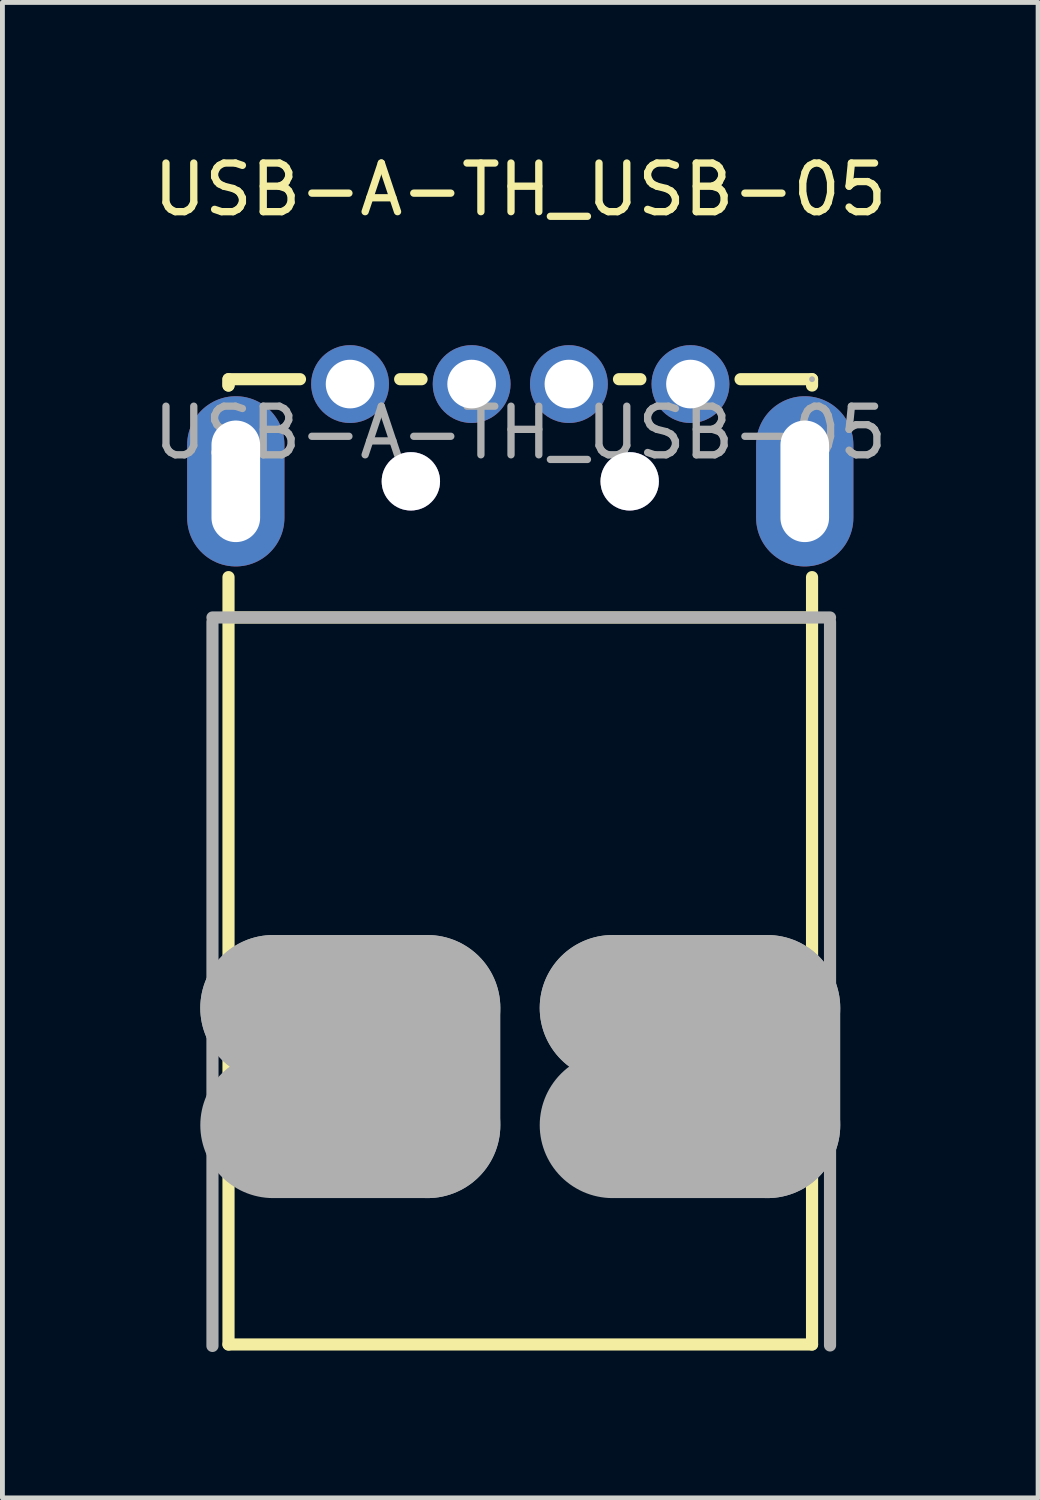
<source format=kicad_pcb>
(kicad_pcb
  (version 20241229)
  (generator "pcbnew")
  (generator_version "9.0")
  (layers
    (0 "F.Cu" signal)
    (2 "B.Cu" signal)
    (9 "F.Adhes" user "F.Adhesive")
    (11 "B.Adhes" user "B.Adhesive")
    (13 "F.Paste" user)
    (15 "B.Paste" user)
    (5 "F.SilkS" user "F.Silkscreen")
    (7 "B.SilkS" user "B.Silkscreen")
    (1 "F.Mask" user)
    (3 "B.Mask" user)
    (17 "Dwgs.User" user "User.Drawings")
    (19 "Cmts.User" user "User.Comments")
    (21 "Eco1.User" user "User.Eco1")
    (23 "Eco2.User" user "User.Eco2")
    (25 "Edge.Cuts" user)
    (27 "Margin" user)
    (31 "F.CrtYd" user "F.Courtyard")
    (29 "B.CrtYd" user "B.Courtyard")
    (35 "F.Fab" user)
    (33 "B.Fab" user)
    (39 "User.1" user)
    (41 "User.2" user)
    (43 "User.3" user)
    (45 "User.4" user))
  (footprint "USB-A-TH_USB-05"
    (layer "F.Cu")
    (at 7.649 5.848)
    (property "Reference" "USB-A-TH_USB-05" (at 0 -5 0) (layer "F.SilkS") (effects (font (size 1 1) (thickness 0.15))))
    (attr through_hole)
    (fp_line (start -6 -1.1) (end -4.53 -1.1) (stroke (width 0.25) (type solid)) (layer "F.SilkS"))
    (fp_line (start -6 -0.97) (end -6 -1.1) (stroke (width 0.25) (type solid)) (layer "F.SilkS"))
    (fp_line (start -6 -0.97) (end -6 -1.03) (stroke (width 0.25) (type solid)) (layer "F.SilkS"))
    (fp_line (start -6 18.75) (end -6 2.97) (stroke (width 0.25) (type solid)) (layer "F.SilkS"))
    (fp_line (start -2.47 -1.1) (end -2.03 -1.1) (stroke (width 0.25) (type solid)) (layer "F.SilkS"))
    (fp_line (start 2.03 -1.1) (end 2.47 -1.1) (stroke (width 0.25) (type solid)) (layer "F.SilkS"))
    (fp_line (start 4.53 -1.1) (end 6 -1.1) (stroke (width 0.25) (type solid)) (layer "F.SilkS"))
    (fp_line (start 6 -1.1) (end 6 -0.97) (stroke (width 0.25) (type solid)) (layer "F.SilkS"))
    (fp_line (start 6 2.97) (end 6 18.75) (stroke (width 0.25) (type solid)) (layer "F.SilkS"))
    (fp_line (start 6 3.8) (end -6 3.8) (stroke (width 0.25) (type solid)) (layer "F.SilkS"))
    (fp_line (start 6 18.75) (end -6 18.75) (stroke (width 0.25) (type solid)) (layer "F.SilkS"))
    (fp_circle (center -2.25 1) (end -2 1) (stroke (width 0.5) (type solid)) (fill no) (layer "Cmts.User"))
    (fp_circle (center 2.25 1) (end 2.5 1) (stroke (width 0.5) (type solid)) (fill no) (layer "Cmts.User"))
    (fp_line (start -6.33 3.8) (end 6.37 3.8) (stroke (width 0.25) (type solid)) (layer "F.Fab"))
    (fp_line (start -6.33 3.89) (end -6.33 18.78) (stroke (width 0.25) (type solid)) (layer "F.Fab"))
    (fp_line (start -5.08 11.83) (end -5.08 11.83) (stroke (width 3) (type solid)) (layer "F.Fab"))
    (fp_line (start -5.08 11.83) (end -1.91 11.83) (stroke (width 3) (type solid)) (layer "F.Fab"))
    (fp_line (start -1.91 11.83) (end -1.91 14.24) (stroke (width 3) (type solid)) (layer "F.Fab"))
    (fp_line (start -1.91 14.24) (end -5.08 14.24) (stroke (width 3) (type solid)) (layer "F.Fab"))
    (fp_line (start 1.9 11.83) (end 1.9 11.83) (stroke (width 3) (type solid)) (layer "F.Fab"))
    (fp_line (start 1.9 11.83) (end 5.08 11.83) (stroke (width 3) (type solid)) (layer "F.Fab"))
    (fp_line (start 5.08 11.83) (end 5.08 14.24) (stroke (width 3) (type solid)) (layer "F.Fab"))
    (fp_line (start 5.08 14.24) (end 1.9 14.24) (stroke (width 3) (type solid)) (layer "F.Fab"))
    (fp_line (start 6.37 3.89) (end 6.37 18.77) (stroke (width 0.25) (type solid)) (layer "F.Fab"))
    (fp_circle (center 6 -1.1) (end 6.03 -1.1) (stroke (width 0.06) (type solid)) (fill no) (layer "F.Fab"))
    (fp_text user "${REFERENCE}" (at 0 0 0) (layer "F.Fab") (effects (font (size 1 1) (thickness 0.15))))
    (pad "" thru_hole circle (at -2.25 1) (size 1.2 1.2) (drill 1.2) (layers "*.Cu" "*.Mask"))
    (pad "" thru_hole circle (at 2.25 1) (size 1.2 1.2) (drill 1.2) (layers "*.Cu" "*.Mask"))
    (pad "1" thru_hole circle (at 3.5 -1) (size 1.6 1.6) (drill 1) (layers "*.Cu" "*.Mask"))
    (pad "2" thru_hole circle (at 1 -1) (size 1.6 1.6) (drill 1) (layers "*.Cu" "*.Mask"))
    (pad "3" thru_hole circle (at -1 -1) (size 1.6 1.6) (drill 1) (layers "*.Cu" "*.Mask"))
    (pad "4" thru_hole circle (at -3.5 -1) (size 1.6 1.6) (drill 1) (layers "*.Cu" "*.Mask"))
    (pad "5" thru_hole oval (at -5.85 1) (size 2 3.5) (drill oval 1 2.5) (layers "*.Cu" "*.Mask"))
    (pad "6" thru_hole oval (at 5.85 1) (size 2 3.5) (drill oval 1 2.5) (layers "*.Cu" "*.Mask")))
  (gr_rect
    (start -3 -3)
    (end 18.298 27.753)
    (stroke (width 0.1) (type default))
    (fill no)
    (layer "Edge.Cuts")))
</source>
